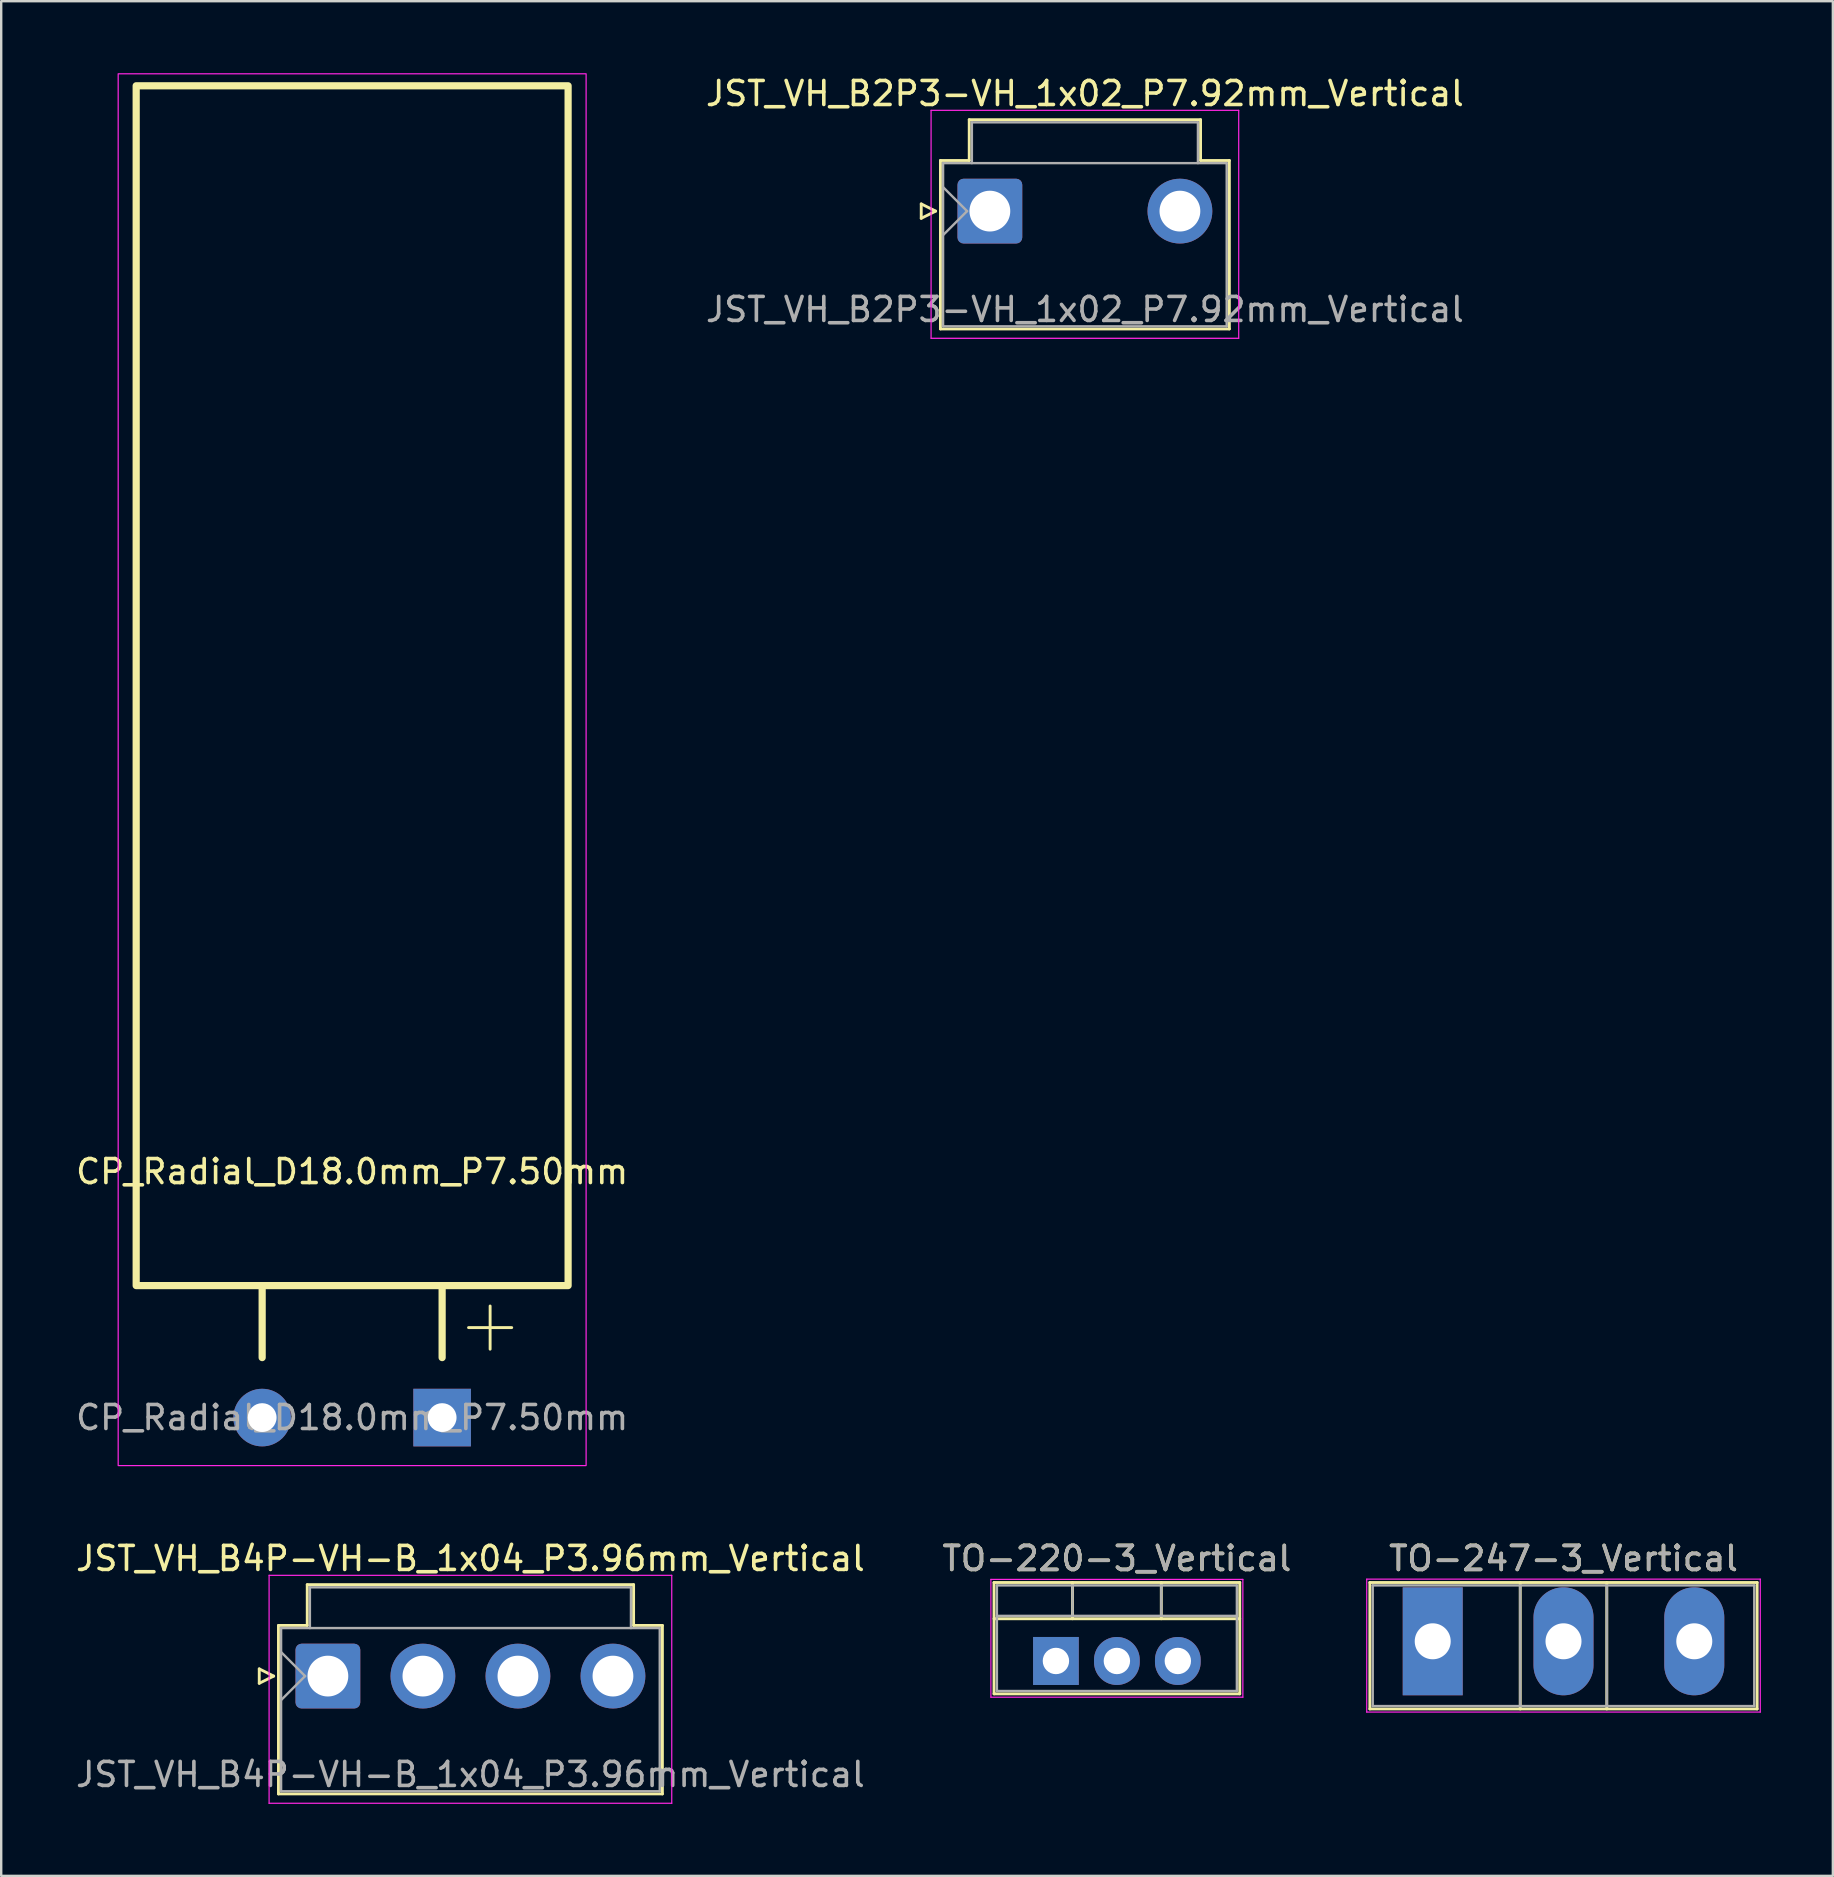
<source format=kicad_pcb>
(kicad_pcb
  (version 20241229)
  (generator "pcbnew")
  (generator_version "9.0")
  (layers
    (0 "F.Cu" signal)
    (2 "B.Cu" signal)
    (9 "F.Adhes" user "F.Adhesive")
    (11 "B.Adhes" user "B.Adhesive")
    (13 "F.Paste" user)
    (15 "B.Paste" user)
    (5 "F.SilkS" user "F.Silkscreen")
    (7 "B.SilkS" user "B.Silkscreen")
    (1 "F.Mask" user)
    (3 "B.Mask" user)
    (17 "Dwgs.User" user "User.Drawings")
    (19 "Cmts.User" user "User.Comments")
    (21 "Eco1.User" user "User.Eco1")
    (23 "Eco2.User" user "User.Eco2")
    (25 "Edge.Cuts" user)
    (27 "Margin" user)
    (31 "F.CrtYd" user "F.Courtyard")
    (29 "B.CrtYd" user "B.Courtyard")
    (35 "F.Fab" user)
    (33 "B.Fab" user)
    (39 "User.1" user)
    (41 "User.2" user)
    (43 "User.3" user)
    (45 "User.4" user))
  (footprint "TO-220-3_Vertical"
    (layer "F.Cu")
    (at 40.954 66.168)
    (property "Reference" "TO-220-3_Vertical" (at 2.54 -4.27 0) (layer "F.SilkS") (effects (font (size 1 1) (thickness 0.15))))
    (attr through_hole)
    (fp_line (start -2.58 -3.27) (end -2.58 1.371) (stroke (width 0.12) (type solid)) (layer "F.SilkS"))
    (fp_line (start -2.58 -3.27) (end 7.66 -3.27) (stroke (width 0.12) (type solid)) (layer "F.SilkS"))
    (fp_line (start -2.58 -1.76) (end 7.66 -1.76) (stroke (width 0.12) (type solid)) (layer "F.SilkS"))
    (fp_line (start -2.58 1.371) (end 7.66 1.371) (stroke (width 0.12) (type solid)) (layer "F.SilkS"))
    (fp_line (start 0.69 -3.27) (end 0.69 -1.76) (stroke (width 0.12) (type solid)) (layer "F.SilkS"))
    (fp_line (start 4.391 -3.27) (end 4.391 -1.76) (stroke (width 0.12) (type solid)) (layer "F.SilkS"))
    (fp_line (start 7.66 -3.27) (end 7.66 1.371) (stroke (width 0.12) (type solid)) (layer "F.SilkS"))
    (fp_line (start -2.71 -3.4) (end -2.71 1.51) (stroke (width 0.05) (type solid)) (layer "F.CrtYd"))
    (fp_line (start -2.71 1.51) (end 7.79 1.51) (stroke (width 0.05) (type solid)) (layer "F.CrtYd"))
    (fp_line (start 7.79 -3.4) (end -2.71 -3.4) (stroke (width 0.05) (type solid)) (layer "F.CrtYd"))
    (fp_line (start 7.79 1.51) (end 7.79 -3.4) (stroke (width 0.05) (type solid)) (layer "F.CrtYd"))
    (fp_line (start -2.46 -3.15) (end -2.46 1.25) (stroke (width 0.1) (type solid)) (layer "F.Fab"))
    (fp_line (start -2.46 -1.88) (end 7.54 -1.88) (stroke (width 0.1) (type solid)) (layer "F.Fab"))
    (fp_line (start -2.46 1.25) (end 7.54 1.25) (stroke (width 0.1) (type solid)) (layer "F.Fab"))
    (fp_line (start 0.69 -3.15) (end 0.69 -1.88) (stroke (width 0.1) (type solid)) (layer "F.Fab"))
    (fp_line (start 4.39 -3.15) (end 4.39 -1.88) (stroke (width 0.1) (type solid)) (layer "F.Fab"))
    (fp_line (start 7.54 -3.15) (end -2.46 -3.15) (stroke (width 0.1) (type solid)) (layer "F.Fab"))
    (fp_line (start 7.54 1.25) (end 7.54 -3.15) (stroke (width 0.1) (type solid)) (layer "F.Fab"))
    (fp_text user "${REFERENCE}" (at 2.54 -4.27 0) (layer "F.Fab") (effects (font (size 1 1) (thickness 0.15))))
    (pad "1" thru_hole rect (at 0 0) (size 1.905 2) (drill 1.1) (layers "*.Cu" "*.Mask"))
    (pad "2" thru_hole oval (at 2.54 0) (size 1.905 2) (drill 1.1) (layers "*.Cu" "*.Mask"))
    (pad "3" thru_hole oval (at 5.08 0) (size 1.905 2) (drill 1.1) (layers "*.Cu" "*.Mask")))
  (footprint "CP_Radial_D18.0mm_P7.50mm"
    (layer "F.Cu")
    (at 7.875 56.025)
    (property "Reference" "CP_Radial_D18.0mm_P7.50mm" (at 3.75 -10.25 0) (layer "F.SilkS") (effects (font (size 1 1) (thickness 0.15))))
    (attr through_hole)
    (fp_line (start 0 -2.5) (end 0 -5.5) (stroke (width 0.3) (type default)) (layer "F.SilkS"))
    (fp_line (start 7.5 -2.5) (end 7.5 -5.5) (stroke (width 0.3) (type default)) (layer "F.SilkS"))
    (fp_line (start 8.6 -3.75) (end 10.4 -3.75) (stroke (width 0.12) (type solid)) (layer "F.SilkS"))
    (fp_line (start 9.5 -4.65) (end 9.5 -2.85) (stroke (width 0.12) (type solid)) (layer "F.SilkS"))
    (fp_rect (start -5.25 -55.5) (end 12.75 -5.5) (stroke (width 0.3) (type default)) (fill no) (layer "F.SilkS"))
    (fp_rect (start -6 -56) (end 13.5 2) (stroke (width 0.05) (type default)) (fill no) (layer "F.CrtYd"))
    (fp_text user "${REFERENCE}" (at 3.75 0 0) (layer "F.Fab") (effects (font (size 1 1) (thickness 0.15))))
    (pad "1" thru_hole rect (at 7.5 0) (size 2.4 2.4) (drill 1.2) (layers "*.Cu" "*.Mask"))
    (pad "2" thru_hole circle (at 0 0) (size 2.4 2.4) (drill 1.2) (layers "*.Cu" "*.Mask")))
  (footprint "JST_VH_B4P-VH-B_1x04_P3.96mm_Vertical"
    (layer "F.Cu")
    (at 10.614 66.798)
    (property "Reference" "JST_VH_B4P-VH-B_1x04_P3.96mm_Vertical" (at 5.94 -4.9 0) (layer "F.SilkS") (effects (font (size 1 1) (thickness 0.15))))
    (attr through_hole)
    (fp_line (start -2.86 -0.3) (end -2.26 0) (stroke (width 0.12) (type solid)) (layer "F.SilkS"))
    (fp_line (start -2.86 0.3) (end -2.86 -0.3) (stroke (width 0.12) (type solid)) (layer "F.SilkS"))
    (fp_line (start -2.26 0) (end -2.86 0.3) (stroke (width 0.12) (type solid)) (layer "F.SilkS"))
    (fp_line (start -2.06 -2.11) (end -0.86 -2.11) (stroke (width 0.12) (type solid)) (layer "F.SilkS"))
    (fp_line (start -2.06 4.91) (end -2.06 -2.11) (stroke (width 0.12) (type solid)) (layer "F.SilkS"))
    (fp_line (start -0.86 -3.81) (end 12.74 -3.81) (stroke (width 0.12) (type solid)) (layer "F.SilkS"))
    (fp_line (start -0.86 -2.11) (end -0.86 -3.81) (stroke (width 0.12) (type solid)) (layer "F.SilkS"))
    (fp_line (start 12.74 -3.81) (end 12.74 -2.11) (stroke (width 0.12) (type solid)) (layer "F.SilkS"))
    (fp_line (start 12.74 -2.11) (end 13.94 -2.11) (stroke (width 0.12) (type solid)) (layer "F.SilkS"))
    (fp_line (start 13.94 -2.11) (end 13.94 4.91) (stroke (width 0.12) (type solid)) (layer "F.SilkS"))
    (fp_line (start 13.94 4.91) (end -2.06 4.91) (stroke (width 0.12) (type solid)) (layer "F.SilkS"))
    (fp_line (start -2.45 -4.2) (end -2.45 5.3) (stroke (width 0.05) (type solid)) (layer "F.CrtYd"))
    (fp_line (start -2.45 5.3) (end 14.33 5.3) (stroke (width 0.05) (type solid)) (layer "F.CrtYd"))
    (fp_line (start 14.33 -4.2) (end -2.45 -4.2) (stroke (width 0.05) (type solid)) (layer "F.CrtYd"))
    (fp_line (start 14.33 5.3) (end 14.33 -4.2) (stroke (width 0.05) (type solid)) (layer "F.CrtYd"))
    (fp_line (start -1.95 -2) (end -1.95 4.8) (stroke (width 0.1) (type solid)) (layer "F.Fab"))
    (fp_line (start -1.95 -1) (end -0.95 0) (stroke (width 0.1) (type solid)) (layer "F.Fab"))
    (fp_line (start -1.95 1) (end -0.95 0) (stroke (width 0.1) (type solid)) (layer "F.Fab"))
    (fp_line (start -1.95 4.8) (end 13.83 4.8) (stroke (width 0.1) (type solid)) (layer "F.Fab"))
    (fp_line (start -0.75 -3.7) (end 12.63 -3.7) (stroke (width 0.1) (type solid)) (layer "F.Fab"))
    (fp_line (start -0.75 -2) (end -0.75 -3.7) (stroke (width 0.1) (type solid)) (layer "F.Fab"))
    (fp_line (start 12.63 -3.7) (end 12.63 -2) (stroke (width 0.1) (type solid)) (layer "F.Fab"))
    (fp_line (start 13.83 -2) (end -1.95 -2) (stroke (width 0.1) (type solid)) (layer "F.Fab"))
    (fp_line (start 13.83 4.8) (end 13.83 -2) (stroke (width 0.1) (type solid)) (layer "F.Fab"))
    (fp_text user "${REFERENCE}" (at 5.94 4.1 0) (layer "F.Fab") (effects (font (size 1 1) (thickness 0.15))))
    (pad "1" thru_hole roundrect (at 0 0) (size 2.7 2.7) (drill 1.7) (layers "*.Cu" "*.Mask") (roundrect_rratio 0.093))
    (pad "2" thru_hole circle (at 3.96 0) (size 2.7 2.7) (drill 1.7) (layers "*.Cu" "*.Mask"))
    (pad "3" thru_hole circle (at 7.92 0) (size 2.7 2.7) (drill 1.7) (layers "*.Cu" "*.Mask"))
    (pad "4" thru_hole circle (at 11.88 0) (size 2.7 2.7) (drill 1.7) (layers "*.Cu" "*.Mask")))
  (footprint "JST_VH_B2P3-VH_1x02_P7.92mm_Vertical"
    (layer "F.Cu")
    (at 38.201 5.748)
    (property "Reference" "JST_VH_B2P3-VH_1x02_P7.92mm_Vertical" (at 3.96 -4.9 0) (layer "F.SilkS") (effects (font (size 1 1) (thickness 0.15))))
    (attr through_hole)
    (fp_line (start -2.86 -0.3) (end -2.26 0) (stroke (width 0.12) (type solid)) (layer "F.SilkS"))
    (fp_line (start -2.86 0.3) (end -2.86 -0.3) (stroke (width 0.12) (type solid)) (layer "F.SilkS"))
    (fp_line (start -2.26 0) (end -2.86 0.3) (stroke (width 0.12) (type solid)) (layer "F.SilkS"))
    (fp_line (start -2.06 -2.11) (end -0.86 -2.11) (stroke (width 0.12) (type solid)) (layer "F.SilkS"))
    (fp_line (start -2.06 4.91) (end -2.06 -2.11) (stroke (width 0.12) (type solid)) (layer "F.SilkS"))
    (fp_line (start -0.86 -3.81) (end 8.78 -3.81) (stroke (width 0.12) (type solid)) (layer "F.SilkS"))
    (fp_line (start -0.86 -2.11) (end -0.86 -3.81) (stroke (width 0.12) (type solid)) (layer "F.SilkS"))
    (fp_line (start 8.78 -3.81) (end 8.78 -2.11) (stroke (width 0.12) (type solid)) (layer "F.SilkS"))
    (fp_line (start 8.78 -2.11) (end 9.98 -2.11) (stroke (width 0.12) (type solid)) (layer "F.SilkS"))
    (fp_line (start 9.98 -2.11) (end 9.98 4.91) (stroke (width 0.12) (type solid)) (layer "F.SilkS"))
    (fp_line (start 9.98 4.91) (end -2.06 4.91) (stroke (width 0.12) (type solid)) (layer "F.SilkS"))
    (fp_line (start -2.45 -4.2) (end -2.45 5.3) (stroke (width 0.05) (type solid)) (layer "F.CrtYd"))
    (fp_line (start -2.45 5.3) (end 10.37 5.3) (stroke (width 0.05) (type solid)) (layer "F.CrtYd"))
    (fp_line (start 10.37 -4.2) (end -2.45 -4.2) (stroke (width 0.05) (type solid)) (layer "F.CrtYd"))
    (fp_line (start 10.37 5.3) (end 10.37 -4.2) (stroke (width 0.05) (type solid)) (layer "F.CrtYd"))
    (fp_line (start -1.95 -2) (end -1.95 4.8) (stroke (width 0.1) (type solid)) (layer "F.Fab"))
    (fp_line (start -1.95 -1) (end -0.95 0) (stroke (width 0.1) (type solid)) (layer "F.Fab"))
    (fp_line (start -1.95 1) (end -0.95 0) (stroke (width 0.1) (type solid)) (layer "F.Fab"))
    (fp_line (start -1.95 4.8) (end 9.87 4.8) (stroke (width 0.1) (type solid)) (layer "F.Fab"))
    (fp_line (start -0.75 -3.7) (end 8.67 -3.7) (stroke (width 0.1) (type solid)) (layer "F.Fab"))
    (fp_line (start -0.75 -2) (end -0.75 -3.7) (stroke (width 0.1) (type solid)) (layer "F.Fab"))
    (fp_line (start 8.67 -3.7) (end 8.67 -2) (stroke (width 0.1) (type solid)) (layer "F.Fab"))
    (fp_line (start 9.87 -2) (end -1.95 -2) (stroke (width 0.1) (type solid)) (layer "F.Fab"))
    (fp_line (start 9.87 4.8) (end 9.87 -2) (stroke (width 0.1) (type solid)) (layer "F.Fab"))
    (fp_text user "${REFERENCE}" (at 3.96 4.1 0) (layer "F.Fab") (effects (font (size 1 1) (thickness 0.15))))
    (pad "1" thru_hole roundrect (at 0 0) (size 2.7 2.7) (drill 1.7) (layers "*.Cu" "*.Mask") (roundrect_rratio 0.093))
    (pad "2" thru_hole circle (at 7.92 0) (size 2.7 2.7) (drill 1.7) (layers "*.Cu" "*.Mask")))
  (footprint "TO-247-3_Vertical"
    (layer "F.Cu")
    (at 56.656 65.348)
    (property "Reference" "TO-247-3_Vertical" (at 5.45 -3.45 0) (layer "F.SilkS") (effects (font (size 1 1) (thickness 0.15))))
    (attr through_hole)
    (fp_line (start -2.62 -2.451) (end -2.62 2.82) (stroke (width 0.12) (type solid)) (layer "F.SilkS"))
    (fp_line (start -2.62 -2.451) (end 13.52 -2.451) (stroke (width 0.12) (type solid)) (layer "F.SilkS"))
    (fp_line (start -2.62 2.82) (end 13.52 2.82) (stroke (width 0.12) (type solid)) (layer "F.SilkS"))
    (fp_line (start 3.646 -2.451) (end 3.646 2.82) (stroke (width 0.12) (type solid)) (layer "F.SilkS"))
    (fp_line (start 7.255 -2.451) (end 7.255 2.82) (stroke (width 0.12) (type solid)) (layer "F.SilkS"))
    (fp_line (start 13.52 -2.451) (end 13.52 2.82) (stroke (width 0.12) (type solid)) (layer "F.SilkS"))
    (fp_line (start -2.75 -2.59) (end -2.75 2.95) (stroke (width 0.05) (type solid)) (layer "F.CrtYd"))
    (fp_line (start -2.75 2.95) (end 13.65 2.95) (stroke (width 0.05) (type solid)) (layer "F.CrtYd"))
    (fp_line (start 13.65 -2.59) (end -2.75 -2.59) (stroke (width 0.05) (type solid)) (layer "F.CrtYd"))
    (fp_line (start 13.65 2.95) (end 13.65 -2.59) (stroke (width 0.05) (type solid)) (layer "F.CrtYd"))
    (fp_line (start -2.5 -2.33) (end -2.5 2.7) (stroke (width 0.1) (type solid)) (layer "F.Fab"))
    (fp_line (start -2.5 2.7) (end 13.4 2.7) (stroke (width 0.1) (type solid)) (layer "F.Fab"))
    (fp_line (start 3.645 -2.33) (end 3.645 2.7) (stroke (width 0.1) (type solid)) (layer "F.Fab"))
    (fp_line (start 7.255 -2.33) (end 7.255 2.7) (stroke (width 0.1) (type solid)) (layer "F.Fab"))
    (fp_line (start 13.4 -2.33) (end -2.5 -2.33) (stroke (width 0.1) (type solid)) (layer "F.Fab"))
    (fp_line (start 13.4 2.7) (end 13.4 -2.33) (stroke (width 0.1) (type solid)) (layer "F.Fab"))
    (fp_text user "${REFERENCE}" (at 5.45 -3.45 0) (layer "F.Fab") (effects (font (size 1 1) (thickness 0.15))))
    (pad "1" thru_hole rect (at 0 0) (size 2.5 4.5) (drill 1.5) (layers "*.Cu" "*.Mask"))
    (pad "2" thru_hole oval (at 5.45 0) (size 2.5 4.5) (drill 1.5) (layers "*.Cu" "*.Mask"))
    (pad "3" thru_hole oval (at 10.9 0) (size 2.5 4.5) (drill 1.5) (layers "*.Cu" "*.Mask")))
  (gr_rect
    (start -3 -3)
    (end 73.331 75.123)
    (stroke (width 0.1) (type default))
    (fill no)
    (layer "Edge.Cuts")))
</source>
